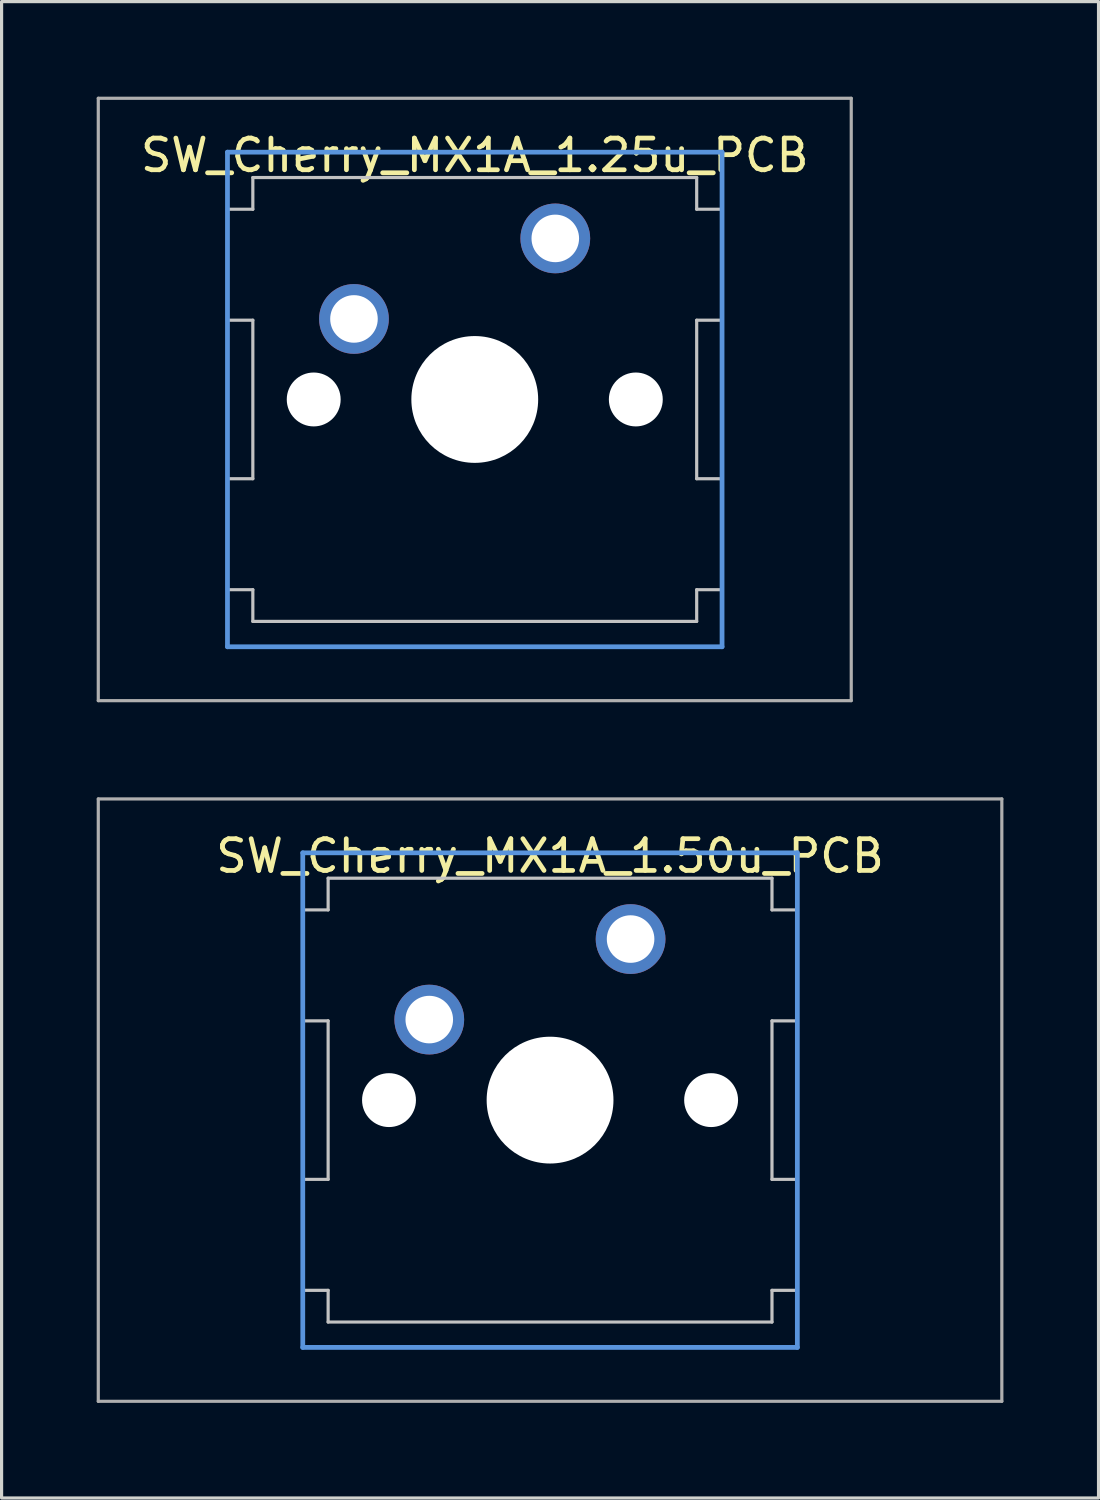
<source format=kicad_pcb>
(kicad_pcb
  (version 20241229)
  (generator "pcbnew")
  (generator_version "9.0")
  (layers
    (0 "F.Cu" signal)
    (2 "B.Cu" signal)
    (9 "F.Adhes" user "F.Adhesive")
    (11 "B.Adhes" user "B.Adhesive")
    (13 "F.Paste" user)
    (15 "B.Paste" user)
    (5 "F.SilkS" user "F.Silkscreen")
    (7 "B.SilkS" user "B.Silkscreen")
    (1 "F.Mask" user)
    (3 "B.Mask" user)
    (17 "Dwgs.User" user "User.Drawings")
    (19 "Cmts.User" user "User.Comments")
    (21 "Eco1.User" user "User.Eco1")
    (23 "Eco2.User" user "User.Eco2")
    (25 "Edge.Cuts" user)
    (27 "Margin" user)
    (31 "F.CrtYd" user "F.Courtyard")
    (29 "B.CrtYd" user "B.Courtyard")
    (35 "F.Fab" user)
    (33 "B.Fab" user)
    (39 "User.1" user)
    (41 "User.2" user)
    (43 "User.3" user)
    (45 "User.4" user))
  (footprint "SW_Cherry_MX1A_1.25u_PCB"
    (layer "F.Cu")
    (at 11.925 9.55)
    (property "Reference" "SW_Cherry_MX1A_1.25u_PCB" (at 0 -7.7 0) (layer "F.SilkS") (effects (font (size 1 1) (thickness 0.15))))
    (attr through_hole)
    (fp_line (start -7.8 -6) (end -7 -6) (stroke (width 0.1) (type solid)) (layer "Dwgs.User"))
    (fp_line (start -7.8 -2.5) (end -7.8 -6) (stroke (width 0.1) (type solid)) (layer "Dwgs.User"))
    (fp_line (start -7.8 -2.5) (end -7 -2.5) (stroke (width 0.1) (type solid)) (layer "Dwgs.User"))
    (fp_line (start -7.8 2.5) (end -7 2.5) (stroke (width 0.1) (type solid)) (layer "Dwgs.User"))
    (fp_line (start -7.8 6) (end -7.8 2.5) (stroke (width 0.1) (type solid)) (layer "Dwgs.User"))
    (fp_line (start -7.8 6) (end -7 6) (stroke (width 0.1) (type solid)) (layer "Dwgs.User"))
    (fp_line (start -7 -7) (end 7 -7) (stroke (width 0.1) (type solid)) (layer "Dwgs.User"))
    (fp_line (start -7 -6) (end -7 -7) (stroke (width 0.1) (type solid)) (layer "Dwgs.User"))
    (fp_line (start -7 -2.5) (end -7 2.5) (stroke (width 0.1) (type solid)) (layer "Dwgs.User"))
    (fp_line (start -7 7) (end -7 6) (stroke (width 0.1) (type solid)) (layer "Dwgs.User"))
    (fp_line (start -7 7) (end 7 7) (stroke (width 0.1) (type solid)) (layer "Dwgs.User"))
    (fp_line (start 7 -6) (end 7 -7) (stroke (width 0.1) (type solid)) (layer "Dwgs.User"))
    (fp_line (start 7 -6) (end 7.8 -6) (stroke (width 0.1) (type solid)) (layer "Dwgs.User"))
    (fp_line (start 7 -2.5) (end 7 2.5) (stroke (width 0.1) (type solid)) (layer "Dwgs.User"))
    (fp_line (start 7 -2.5) (end 7.8 -2.5) (stroke (width 0.1) (type solid)) (layer "Dwgs.User"))
    (fp_line (start 7 2.5) (end 7.8 2.5) (stroke (width 0.1) (type solid)) (layer "Dwgs.User"))
    (fp_line (start 7 6) (end 7.8 6) (stroke (width 0.1) (type solid)) (layer "Dwgs.User"))
    (fp_line (start 7 7) (end 7 6) (stroke (width 0.1) (type solid)) (layer "Dwgs.User"))
    (fp_line (start 7.8 -2.5) (end 7.8 -6) (stroke (width 0.1) (type solid)) (layer "Dwgs.User"))
    (fp_line (start 7.8 6) (end 7.8 2.5) (stroke (width 0.1) (type solid)) (layer "Dwgs.User"))
    (fp_line (start -7.8 -7.8) (end 7.8 -7.8) (stroke (width 0.15) (type solid)) (layer "Cmts.User"))
    (fp_line (start -7.8 7.8) (end -7.8 -7.8) (stroke (width 0.15) (type solid)) (layer "Cmts.User"))
    (fp_line (start 7.8 -7.8) (end 7.8 7.8) (stroke (width 0.15) (type solid)) (layer "Cmts.User"))
    (fp_line (start 7.8 7.8) (end -7.8 7.8) (stroke (width 0.15) (type solid)) (layer "Cmts.User"))
    (fp_line (start -11.875 -9.5) (end 11.875 -9.5) (stroke (width 0.1) (type solid)) (layer "F.Fab"))
    (fp_line (start -11.875 9.5) (end -11.875 -9.5) (stroke (width 0.1) (type solid)) (layer "F.Fab"))
    (fp_line (start 11.875 -9.5) (end 11.875 9.5) (stroke (width 0.1) (type solid)) (layer "F.Fab"))
    (fp_line (start 11.875 9.5) (end -11.875 9.5) (stroke (width 0.1) (type solid)) (layer "F.Fab"))
    (pad "" np_thru_hole circle (at -5.08 0) (size 1.7 1.7) (drill 1.7) (layers "*.Cu" "*.Mask"))
    (pad "" np_thru_hole circle (at 0 0) (size 4 4) (drill 4) (layers "*.Cu" "*.Mask"))
    (pad "" np_thru_hole circle (at 5.08 0) (size 1.7 1.7) (drill 1.7) (layers "*.Cu" "*.Mask"))
    (pad "1" thru_hole circle (at -3.81 -2.54) (size 2.2 2.2) (drill 1.5) (layers "*.Cu" "*.Mask"))
    (pad "2" thru_hole circle (at 2.54 -5.08) (size 2.2 2.2) (drill 1.5) (layers "*.Cu" "*.Mask")))
  (footprint "SW_Cherry_MX1A_1.50u_PCB"
    (layer "F.Cu")
    (at 14.3 31.65)
    (property "Reference" "SW_Cherry_MX1A_1.50u_PCB" (at 0 -7.7 0) (layer "F.SilkS") (effects (font (size 1 1) (thickness 0.15))))
    (attr through_hole)
    (fp_line (start -7.8 -6) (end -7 -6) (stroke (width 0.1) (type solid)) (layer "Dwgs.User"))
    (fp_line (start -7.8 -2.5) (end -7.8 -6) (stroke (width 0.1) (type solid)) (layer "Dwgs.User"))
    (fp_line (start -7.8 -2.5) (end -7 -2.5) (stroke (width 0.1) (type solid)) (layer "Dwgs.User"))
    (fp_line (start -7.8 2.5) (end -7 2.5) (stroke (width 0.1) (type solid)) (layer "Dwgs.User"))
    (fp_line (start -7.8 6) (end -7.8 2.5) (stroke (width 0.1) (type solid)) (layer "Dwgs.User"))
    (fp_line (start -7.8 6) (end -7 6) (stroke (width 0.1) (type solid)) (layer "Dwgs.User"))
    (fp_line (start -7 -7) (end 7 -7) (stroke (width 0.1) (type solid)) (layer "Dwgs.User"))
    (fp_line (start -7 -6) (end -7 -7) (stroke (width 0.1) (type solid)) (layer "Dwgs.User"))
    (fp_line (start -7 -2.5) (end -7 2.5) (stroke (width 0.1) (type solid)) (layer "Dwgs.User"))
    (fp_line (start -7 7) (end -7 6) (stroke (width 0.1) (type solid)) (layer "Dwgs.User"))
    (fp_line (start -7 7) (end 7 7) (stroke (width 0.1) (type solid)) (layer "Dwgs.User"))
    (fp_line (start 7 -6) (end 7 -7) (stroke (width 0.1) (type solid)) (layer "Dwgs.User"))
    (fp_line (start 7 -6) (end 7.8 -6) (stroke (width 0.1) (type solid)) (layer "Dwgs.User"))
    (fp_line (start 7 -2.5) (end 7 2.5) (stroke (width 0.1) (type solid)) (layer "Dwgs.User"))
    (fp_line (start 7 -2.5) (end 7.8 -2.5) (stroke (width 0.1) (type solid)) (layer "Dwgs.User"))
    (fp_line (start 7 2.5) (end 7.8 2.5) (stroke (width 0.1) (type solid)) (layer "Dwgs.User"))
    (fp_line (start 7 6) (end 7.8 6) (stroke (width 0.1) (type solid)) (layer "Dwgs.User"))
    (fp_line (start 7 7) (end 7 6) (stroke (width 0.1) (type solid)) (layer "Dwgs.User"))
    (fp_line (start 7.8 -2.5) (end 7.8 -6) (stroke (width 0.1) (type solid)) (layer "Dwgs.User"))
    (fp_line (start 7.8 6) (end 7.8 2.5) (stroke (width 0.1) (type solid)) (layer "Dwgs.User"))
    (fp_line (start -7.8 -7.8) (end 7.8 -7.8) (stroke (width 0.15) (type solid)) (layer "Cmts.User"))
    (fp_line (start -7.8 7.8) (end -7.8 -7.8) (stroke (width 0.15) (type solid)) (layer "Cmts.User"))
    (fp_line (start 7.8 -7.8) (end 7.8 7.8) (stroke (width 0.15) (type solid)) (layer "Cmts.User"))
    (fp_line (start 7.8 7.8) (end -7.8 7.8) (stroke (width 0.15) (type solid)) (layer "Cmts.User"))
    (fp_line (start -14.25 -9.5) (end 14.25 -9.5) (stroke (width 0.1) (type solid)) (layer "F.Fab"))
    (fp_line (start -14.25 9.5) (end -14.25 -9.5) (stroke (width 0.1) (type solid)) (layer "F.Fab"))
    (fp_line (start 14.25 -9.5) (end 14.25 9.5) (stroke (width 0.1) (type solid)) (layer "F.Fab"))
    (fp_line (start 14.25 9.5) (end -14.25 9.5) (stroke (width 0.1) (type solid)) (layer "F.Fab"))
    (pad "" np_thru_hole circle (at -5.08 0) (size 1.7 1.7) (drill 1.7) (layers "*.Cu" "*.Mask"))
    (pad "" np_thru_hole circle (at 0 0) (size 4 4) (drill 4) (layers "*.Cu" "*.Mask"))
    (pad "" np_thru_hole circle (at 5.08 0) (size 1.7 1.7) (drill 1.7) (layers "*.Cu" "*.Mask"))
    (pad "1" thru_hole circle (at -3.81 -2.54) (size 2.2 2.2) (drill 1.5) (layers "*.Cu" "*.Mask"))
    (pad "2" thru_hole circle (at 2.54 -5.08) (size 2.2 2.2) (drill 1.5) (layers "*.Cu" "*.Mask")))
  (gr_rect
    (start -3 -3)
    (end 31.6 44.2)
    (stroke (width 0.1) (type default))
    (fill no)
    (layer "Edge.Cuts")))
</source>
